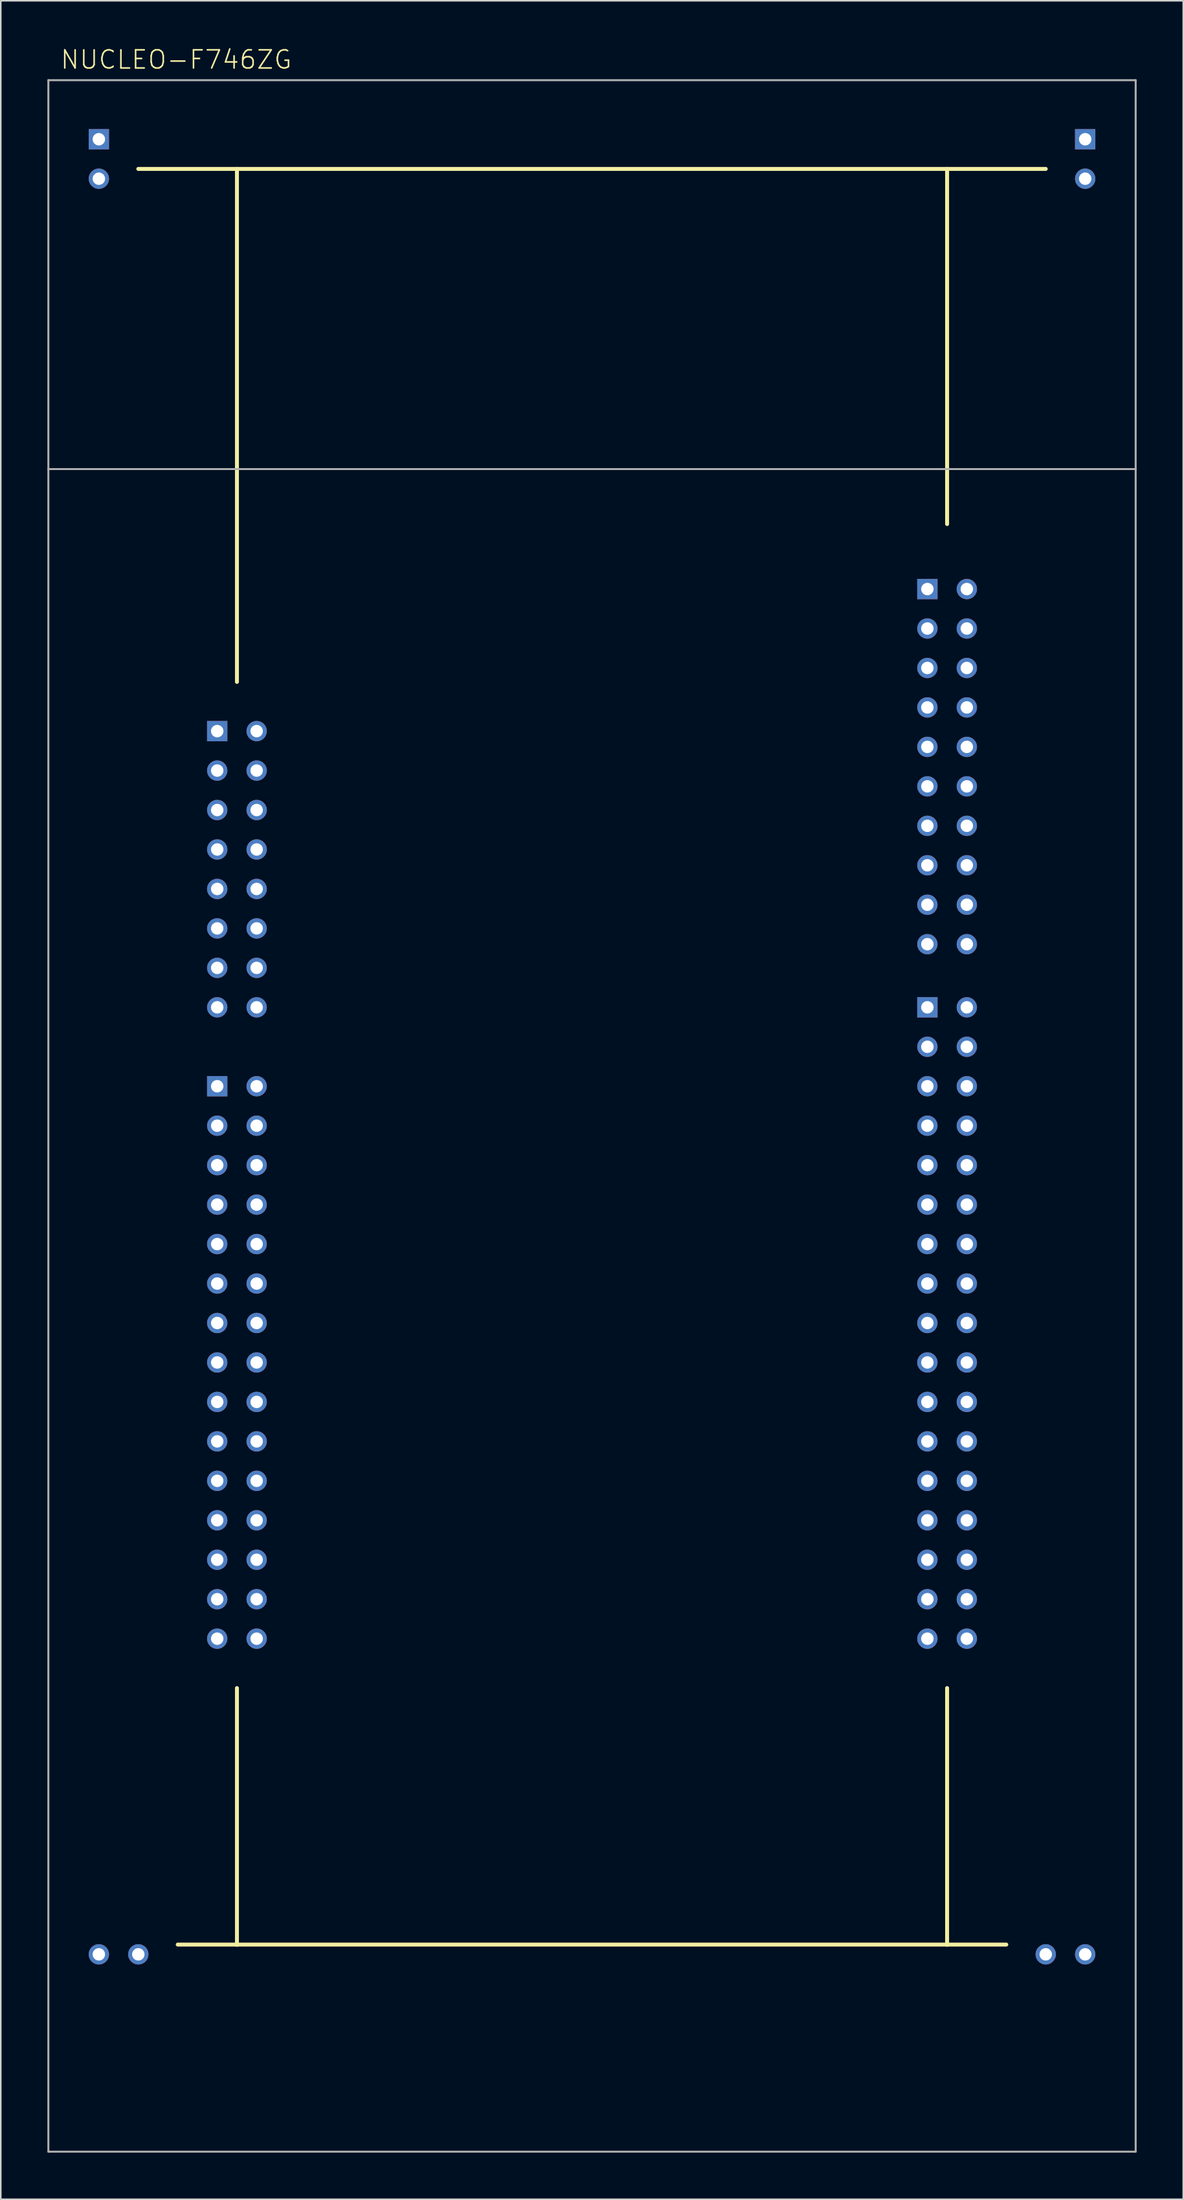
<source format=kicad_pcb>
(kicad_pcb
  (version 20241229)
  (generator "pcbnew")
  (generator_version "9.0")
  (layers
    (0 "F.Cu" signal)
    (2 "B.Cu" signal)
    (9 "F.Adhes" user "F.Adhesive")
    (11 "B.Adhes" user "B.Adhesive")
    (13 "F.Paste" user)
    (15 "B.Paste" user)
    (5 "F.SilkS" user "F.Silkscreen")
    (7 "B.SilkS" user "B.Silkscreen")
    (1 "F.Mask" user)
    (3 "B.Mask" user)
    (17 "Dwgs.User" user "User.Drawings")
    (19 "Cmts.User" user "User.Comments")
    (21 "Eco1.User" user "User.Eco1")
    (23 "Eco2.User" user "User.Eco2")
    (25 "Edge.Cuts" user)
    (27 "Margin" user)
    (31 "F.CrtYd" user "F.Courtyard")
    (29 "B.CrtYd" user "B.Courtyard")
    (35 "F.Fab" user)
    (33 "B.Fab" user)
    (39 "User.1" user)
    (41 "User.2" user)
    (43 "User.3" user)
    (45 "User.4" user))
  (footprint "NUCLEO-F746ZG"
    (layer "F.Cu")
    (at 35.064 68.783)
    (property "Reference" "NUCLEO-F746ZG" (at -34.29 -67.31 0) (layer "F.SilkS") (effects (font (size 1.168 1.168) (thickness 0.102)) (justify left bottom)))
    (fp_line (start -26.67 53.34) (end -22.86 53.34) (stroke (width 0.254) (type solid)) (layer "F.SilkS"))
    (fp_line (start -22.86 -60.96) (end -29.21 -60.96) (stroke (width 0.254) (type solid)) (layer "F.SilkS"))
    (fp_line (start -22.86 -60.96) (end 22.86 -60.96) (stroke (width 0.254) (type solid)) (layer "F.SilkS"))
    (fp_line (start -22.86 -27.94) (end -22.86 -60.96) (stroke (width 0.254) (type solid)) (layer "F.SilkS"))
    (fp_line (start -22.86 53.34) (end -22.86 36.83) (stroke (width 0.254) (type solid)) (layer "F.SilkS"))
    (fp_line (start -22.86 53.34) (end 22.86 53.34) (stroke (width 0.254) (type solid)) (layer "F.SilkS"))
    (fp_line (start 22.86 -60.96) (end 29.21 -60.96) (stroke (width 0.254) (type solid)) (layer "F.SilkS"))
    (fp_line (start 22.86 -38.1) (end 22.86 -60.96) (stroke (width 0.254) (type solid)) (layer "F.SilkS"))
    (fp_line (start 22.86 53.34) (end 22.86 36.83) (stroke (width 0.254) (type solid)) (layer "F.SilkS"))
    (fp_line (start 22.86 53.34) (end 26.67 53.34) (stroke (width 0.254) (type solid)) (layer "F.SilkS"))
    (fp_line (start -35 -66.671) (end 35 -66.671) (stroke (width 0.127) (type solid)) (layer "F.Fab"))
    (fp_line (start -35 -41.639) (end -35 -66.671) (stroke (width 0.127) (type solid)) (layer "F.Fab"))
    (fp_line (start -35 -41.639) (end 35 -41.639) (stroke (width 0.127) (type solid)) (layer "F.Fab"))
    (fp_line (start -35 66.671) (end -35 -41.639) (stroke (width 0.127) (type solid)) (layer "F.Fab"))
    (fp_line (start 35 -66.671) (end 35 -41.639) (stroke (width 0.127) (type solid)) (layer "F.Fab"))
    (fp_line (start 35 -41.639) (end 35 66.671) (stroke (width 0.127) (type solid)) (layer "F.Fab"))
    (fp_line (start 35 66.671) (end -35 66.671) (stroke (width 0.127) (type solid)) (layer "F.Fab"))
    (pad "3V3" thru_hole circle (at -24.13 -17.151) (size 1.308 1.308) (drill 0.8) (layers "*.Cu" "*.Mask"))
    (pad "5V" thru_hole circle (at -24.13 -14.611) (size 1.308 1.308) (drill 0.8) (layers "*.Cu" "*.Mask"))
    (pad "AGND" thru_hole circle (at 21.59 -4.451) (size 1.308 1.308) (drill 0.8) (layers "*.Cu" "*.Mask"))
    (pad "AVDD1" thru_hole circle (at 24.13 -28.835) (size 1.308 1.308) (drill 0.8) (layers "*.Cu" "*.Mask"))
    (pad "AVDD2" thru_hole rect (at 21.59 -6.991) (size 1.308 1.308) (drill 0.8) (layers "*.Cu" "*.Mask"))
    (pad "GND1" thru_hole circle (at -24.13 -12.071) (size 1.308 1.308) (drill 0.8) (layers "*.Cu" "*.Mask"))
    (pad "GND2" thru_hole circle (at -24.13 -9.531) (size 1.308 1.308) (drill 0.8) (layers "*.Cu" "*.Mask"))
    (pad "GND3" thru_hole rect (at -31.75 -62.87) (size 1.308 1.308) (drill 0.8) (layers "*.Cu" "*.Mask"))
    (pad "GND4" thru_hole circle (at -31.75 -60.33) (size 1.308 1.308) (drill 0.8) (layers "*.Cu" "*.Mask"))
    (pad "GND5" thru_hole rect (at 31.75 -62.87) (size 1.308 1.308) (drill 0.8) (layers "*.Cu" "*.Mask"))
    (pad "GND6" thru_hole circle (at 31.75 -60.33) (size 1.308 1.308) (drill 0.8) (layers "*.Cu" "*.Mask"))
    (pad "GND7" thru_hole circle (at 31.75 53.969) (size 1.308 1.308) (drill 0.8) (layers "*.Cu" "*.Mask"))
    (pad "GND8" thru_hole circle (at 29.21 53.969) (size 1.308 1.308) (drill 0.8) (layers "*.Cu" "*.Mask"))
    (pad "GND9" thru_hole circle (at -29.21 53.969) (size 1.308 1.308) (drill 0.8) (layers "*.Cu" "*.Mask"))
    (pad "GND10" thru_hole circle (at -31.75 53.969) (size 1.308 1.308) (drill 0.8) (layers "*.Cu" "*.Mask"))
    (pad "GND11" thru_hole circle (at -24.13 26.029) (size 1.308 1.308) (drill 0.8) (layers "*.Cu" "*.Mask"))
    (pad "GND12" thru_hole circle (at -21.59 10.789) (size 1.308 1.308) (drill 0.8) (layers "*.Cu" "*.Mask"))
    (pad "GND13" thru_hole circle (at 24.13 -26.295) (size 1.308 1.308) (drill 0.8) (layers "*.Cu" "*.Mask"))
    (pad "GND14" thru_hole circle (at 21.59 13.329) (size 1.308 1.308) (drill 0.8) (layers "*.Cu" "*.Mask"))
    (pad "GND15" thru_hole circle (at 21.59 26.029) (size 1.308 1.308) (drill 0.8) (layers "*.Cu" "*.Mask"))
    (pad "GND16" thru_hole circle (at 21.59 -1.911) (size 1.308 1.308) (drill 0.8) (layers "*.Cu" "*.Mask"))
    (pad "GND17" thru_hole circle (at 24.13 18.409) (size 1.308 1.308) (drill 0.8) (layers "*.Cu" "*.Mask"))
    (pad "IOREF" thru_hole circle (at -24.13 -22.231) (size 1.308 1.308) (drill 0.8) (layers "*.Cu" "*.Mask"))
    (pad "NC1" thru_hole rect (at -24.13 -24.771) (size 1.308 1.308) (drill 0.8) (layers "*.Cu" "*.Mask"))
    (pad "NC2" thru_hole circle (at -24.13 13.329) (size 1.308 1.308) (drill 0.8) (layers "*.Cu" "*.Mask"))
    (pad "NRST" thru_hole circle (at -24.13 -19.691) (size 1.308 1.308) (drill 0.8) (layers "*.Cu" "*.Mask"))
    (pad "PA_0" thru_hole circle (at 21.59 28.569) (size 1.308 1.308) (drill 0.8) (layers "*.Cu" "*.Mask"))
    (pad "PA_3" thru_hole rect (at -24.13 -1.911) (size 1.308 1.308) (drill 0.8) (layers "*.Cu" "*.Mask"))
    (pad "PA_4" thru_hole circle (at 21.59 -13.595) (size 1.308 1.308) (drill 0.8) (layers "*.Cu" "*.Mask"))
    (pad "PA_5" thru_hole circle (at 24.13 -23.755) (size 1.308 1.308) (drill 0.8) (layers "*.Cu" "*.Mask"))
    (pad "PA_6" thru_hole circle (at 24.13 -21.215) (size 1.308 1.308) (drill 0.8) (layers "*.Cu" "*.Mask"))
    (pad "PA_7A" thru_hole circle (at -24.13 15.869) (size 1.308 1.308) (drill 0.8) (layers "*.Cu" "*.Mask"))
    (pad "PA_7B" thru_hole circle (at 24.13 -18.675) (size 1.308 1.308) (drill 0.8) (layers "*.Cu" "*.Mask"))
    (pad "PA_15" thru_hole circle (at 21.59 -23.755) (size 1.308 1.308) (drill 0.8) (layers "*.Cu" "*.Mask"))
    (pad "PB_0" thru_hole circle (at 21.59 31.109) (size 1.308 1.308) (drill 0.8) (layers "*.Cu" "*.Mask"))
    (pad "PB_1" thru_hole circle (at 21.59 0.629) (size 1.308 1.308) (drill 0.8) (layers "*.Cu" "*.Mask"))
    (pad "PB_2" thru_hole circle (at 21.59 10.789) (size 1.308 1.308) (drill 0.8) (layers "*.Cu" "*.Mask"))
    (pad "PB_3" thru_hole circle (at 21.59 -16.135) (size 1.308 1.308) (drill 0.8) (layers "*.Cu" "*.Mask"))
    (pad "PB_4" thru_hole circle (at 21.59 -11.055) (size 1.308 1.308) (drill 0.8) (layers "*.Cu" "*.Mask"))
    (pad "PB_5" thru_hole circle (at 21.59 -18.675) (size 1.308 1.308) (drill 0.8) (layers "*.Cu" "*.Mask"))
    (pad "PB_6" thru_hole circle (at 21.59 8.249) (size 1.308 1.308) (drill 0.8) (layers "*.Cu" "*.Mask"))
    (pad "PB_8" thru_hole circle (at 24.13 -33.915) (size 1.308 1.308) (drill 0.8) (layers "*.Cu" "*.Mask"))
    (pad "PB_9" thru_hole circle (at 24.13 -31.375) (size 1.308 1.308) (drill 0.8) (layers "*.Cu" "*.Mask"))
    (pad "PB_10" thru_hole circle (at 24.13 31.109) (size 1.308 1.308) (drill 0.8) (layers "*.Cu" "*.Mask"))
    (pad "PB_11" thru_hole circle (at 24.13 33.649) (size 1.308 1.308) (drill 0.8) (layers "*.Cu" "*.Mask"))
    (pad "PB_12" thru_hole circle (at 21.59 -26.295) (size 1.308 1.308) (drill 0.8) (layers "*.Cu" "*.Mask"))
    (pad "PB_13" thru_hole circle (at 21.59 -28.835) (size 1.308 1.308) (drill 0.8) (layers "*.Cu" "*.Mask"))
    (pad "PB_15" thru_hole circle (at 21.59 -31.375) (size 1.308 1.308) (drill 0.8) (layers "*.Cu" "*.Mask"))
    (pad "PC_0" thru_hole circle (at -24.13 0.629) (size 1.308 1.308) (drill 0.8) (layers "*.Cu" "*.Mask"))
    (pad "PC_2" thru_hole circle (at 21.59 3.169) (size 1.308 1.308) (drill 0.8) (layers "*.Cu" "*.Mask"))
    (pad "PC_3" thru_hole circle (at -24.13 3.169) (size 1.308 1.308) (drill 0.8) (layers "*.Cu" "*.Mask"))
    (pad "PC_6" thru_hole rect (at 21.59 -33.915) (size 1.308 1.308) (drill 0.8) (layers "*.Cu" "*.Mask"))
    (pad "PC_7" thru_hole circle (at 21.59 -21.215) (size 1.308 1.308) (drill 0.8) (layers "*.Cu" "*.Mask"))
    (pad "PC_8" thru_hole circle (at -21.59 -24.771) (size 1.308 1.308) (drill 0.8) (layers "*.Cu" "*.Mask"))
    (pad "PC_9" thru_hole circle (at -21.59 -22.231) (size 1.308 1.308) (drill 0.8) (layers "*.Cu" "*.Mask"))
    (pad "PC_10" thru_hole circle (at -21.59 -19.691) (size 1.308 1.308) (drill 0.8) (layers "*.Cu" "*.Mask"))
    (pad "PC_11" thru_hole circle (at -21.59 -17.151) (size 1.308 1.308) (drill 0.8) (layers "*.Cu" "*.Mask"))
    (pad "PC_12" thru_hole circle (at -21.59 -14.611) (size 1.308 1.308) (drill 0.8) (layers "*.Cu" "*.Mask"))
    (pad "PD_0" thru_hole circle (at -24.13 28.569) (size 1.308 1.308) (drill 0.8) (layers "*.Cu" "*.Mask"))
    (pad "PD_1" thru_hole circle (at -24.13 31.109) (size 1.308 1.308) (drill 0.8) (layers "*.Cu" "*.Mask"))
    (pad "PD_2" thru_hole circle (at -21.59 -12.071) (size 1.308 1.308) (drill 0.8) (layers "*.Cu" "*.Mask"))
    (pad "PD_3" thru_hole circle (at -21.59 8.249) (size 1.308 1.308) (drill 0.8) (layers "*.Cu" "*.Mask"))
    (pad "PD_4" thru_hole circle (at -21.59 5.709 90) (size 1.308 1.308) (drill 0.8) (layers "*.Cu" "*.Mask"))
    (pad "PD_5" thru_hole circle (at -21.59 3.169) (size 1.308 1.308) (drill 0.8) (layers "*.Cu" "*.Mask"))
    (pad "PD_6" thru_hole circle (at -21.59 0.629) (size 1.308 1.308) (drill 0.8) (layers "*.Cu" "*.Mask"))
    (pad "PD_7" thru_hole circle (at -21.59 -1.911) (size 1.308 1.308) (drill 0.8) (layers "*.Cu" "*.Mask"))
    (pad "PD_11" thru_hole circle (at 21.59 20.949) (size 1.308 1.308) (drill 0.8) (layers "*.Cu" "*.Mask"))
    (pad "PD_12" thru_hole circle (at 21.59 18.409) (size 1.308 1.308) (drill 0.8) (layers "*.Cu" "*.Mask"))
    (pad "PD_13" thru_hole circle (at 21.59 15.869) (size 1.308 1.308) (drill 0.8) (layers "*.Cu" "*.Mask"))
    (pad "PD_14" thru_hole circle (at 24.13 -16.135) (size 1.308 1.308) (drill 0.8) (layers "*.Cu" "*.Mask"))
    (pad "PD_15" thru_hole circle (at 24.13 -13.595) (size 1.308 1.308) (drill 0.8) (layers "*.Cu" "*.Mask"))
    (pad "PE_0" thru_hole circle (at 21.59 33.649) (size 1.308 1.308) (drill 0.8) (layers "*.Cu" "*.Mask"))
    (pad "PE_2A" thru_hole circle (at -21.59 13.329) (size 1.308 1.308) (drill 0.8) (layers "*.Cu" "*.Mask"))
    (pad "PE_2B" thru_hole circle (at 21.59 23.489) (size 1.308 1.308) (drill 0.8) (layers "*.Cu" "*.Mask"))
    (pad "PE_3" thru_hole circle (at -21.59 23.489) (size 1.308 1.308) (drill 0.8) (layers "*.Cu" "*.Mask"))
    (pad "PE_4" thru_hole circle (at -21.59 15.869) (size 1.308 1.308) (drill 0.8) (layers "*.Cu" "*.Mask"))
    (pad "PE_5" thru_hole circle (at -21.59 18.409) (size 1.308 1.308) (drill 0.8) (layers "*.Cu" "*.Mask"))
    (pad "PE_6" thru_hole circle (at -21.59 20.949) (size 1.308 1.308) (drill 0.8) (layers "*.Cu" "*.Mask"))
    (pad "PE_7" thru_hole circle (at 24.13 15.869) (size 1.308 1.308) (drill 0.8) (layers "*.Cu" "*.Mask"))
    (pad "PE_8" thru_hole circle (at 24.13 13.329) (size 1.308 1.308) (drill 0.8) (layers "*.Cu" "*.Mask"))
    (pad "PE_9" thru_hole circle (at 24.13 -4.451) (size 1.308 1.308) (drill 0.8) (layers "*.Cu" "*.Mask"))
    (pad "PE_10" thru_hole circle (at 24.13 20.949) (size 1.308 1.308) (drill 0.8) (layers "*.Cu" "*.Mask"))
    (pad "PE_11" thru_hole circle (at 24.13 -1.911) (size 1.308 1.308) (drill 0.8) (layers "*.Cu" "*.Mask"))
    (pad "PE_12" thru_hole circle (at 24.13 23.489) (size 1.308 1.308) (drill 0.8) (layers "*.Cu" "*.Mask"))
    (pad "PE_13" thru_hole circle (at 24.13 3.169) (size 1.308 1.308) (drill 0.8) (layers "*.Cu" "*.Mask"))
    (pad "PE_14" thru_hole circle (at 24.13 26.029) (size 1.308 1.308) (drill 0.8) (layers "*.Cu" "*.Mask"))
    (pad "PE_15" thru_hole circle (at 24.13 28.569) (size 1.308 1.308) (drill 0.8) (layers "*.Cu" "*.Mask"))
    (pad "PF_2" thru_hole circle (at -24.13 18.409) (size 1.308 1.308) (drill 0.8) (layers "*.Cu" "*.Mask"))
    (pad "PF_3" thru_hole circle (at -24.13 5.709) (size 1.308 1.308) (drill 0.8) (layers "*.Cu" "*.Mask"))
    (pad "PF_4" thru_hole circle (at 21.59 5.709) (size 1.308 1.308) (drill 0.8) (layers "*.Cu" "*.Mask"))
    (pad "PF_5" thru_hole circle (at -24.13 8.249) (size 1.308 1.308) (drill 0.8) (layers "*.Cu" "*.Mask"))
    (pad "PF_7" thru_hole circle (at -21.59 28.569) (size 1.308 1.308) (drill 0.8) (layers "*.Cu" "*.Mask"))
    (pad "PF_8" thru_hole circle (at -21.59 26.029) (size 1.308 1.308) (drill 0.8) (layers "*.Cu" "*.Mask"))
    (pad "PF_9" thru_hole circle (at -21.59 31.109) (size 1.308 1.308) (drill 0.8) (layers "*.Cu" "*.Mask"))
    (pad "PF_10" thru_hole circle (at -24.13 10.789) (size 1.308 1.308) (drill 0.8) (layers "*.Cu" "*.Mask"))
    (pad "PF_12" thru_hole circle (at 24.13 -11.055) (size 1.308 1.308) (drill 0.8) (layers "*.Cu" "*.Mask"))
    (pad "PF_13" thru_hole circle (at 24.13 -6.991) (size 1.308 1.308) (drill 0.8) (layers "*.Cu" "*.Mask"))
    (pad "PF_14" thru_hole circle (at 24.13 0.629) (size 1.308 1.308) (drill 0.8) (layers "*.Cu" "*.Mask"))
    (pad "PF_15" thru_hole circle (at 24.13 5.709) (size 1.308 1.308) (drill 0.8) (layers "*.Cu" "*.Mask"))
    (pad "PG_0" thru_hole circle (at -24.13 33.649) (size 1.308 1.308) (drill 0.8) (layers "*.Cu" "*.Mask"))
    (pad "PG_1" thru_hole circle (at -21.59 33.649) (size 1.308 1.308) (drill 0.8) (layers "*.Cu" "*.Mask"))
    (pad "PG_2" thru_hole circle (at -21.59 -9.531) (size 1.308 1.308) (drill 0.8) (layers "*.Cu" "*.Mask"))
    (pad "PG_3" thru_hole circle (at -21.59 -6.991) (size 1.308 1.308) (drill 0.8) (layers "*.Cu" "*.Mask"))
    (pad "PG_9" thru_hole circle (at 24.13 10.789) (size 1.308 1.308) (drill 0.8) (layers "*.Cu" "*.Mask"))
    (pad "PG_14" thru_hole circle (at 24.13 8.249) (size 1.308 1.308) (drill 0.8) (layers "*.Cu" "*.Mask"))
    (pad "PH_0" thru_hole circle (at -24.13 23.489) (size 1.308 1.308) (drill 0.8) (layers "*.Cu" "*.Mask"))
    (pad "PH_1" thru_hole circle (at -24.13 20.949) (size 1.308 1.308) (drill 0.8) (layers "*.Cu" "*.Mask"))
    (pad "VIN" thru_hole circle (at -24.13 -6.991) (size 1.308 1.308) (drill 0.8) (layers "*.Cu" "*.Mask")))
  (gr_rect
    (start -3 -3)
    (end 73.127 138.517)
    (stroke (width 0.1) (type default))
    (fill no)
    (layer "Edge.Cuts")))
</source>
